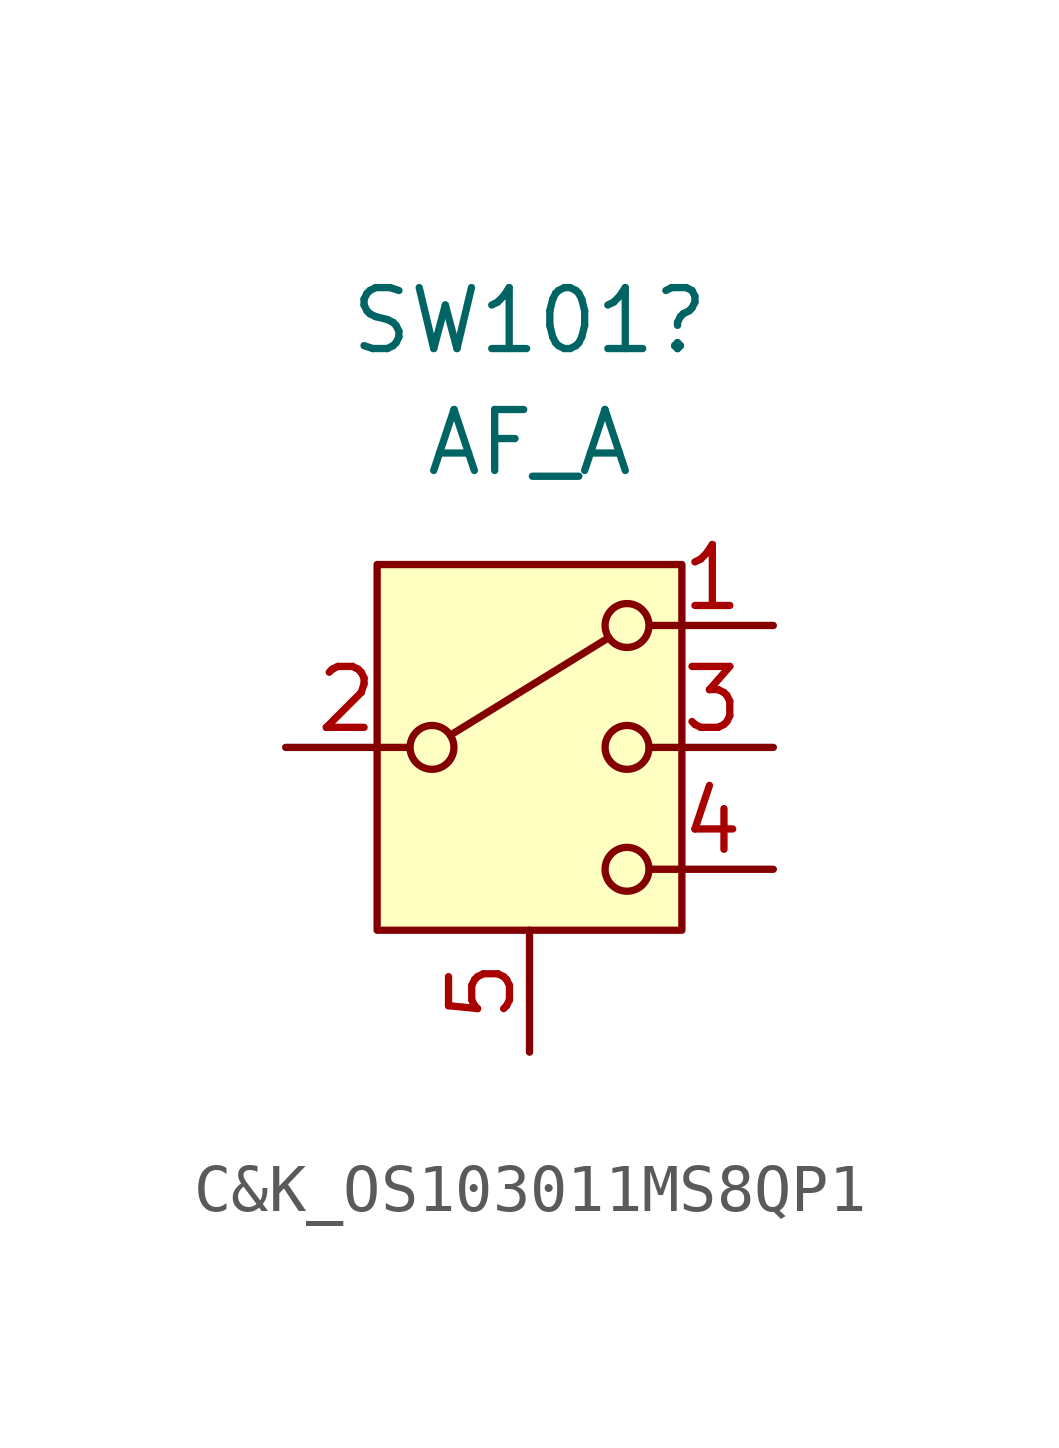
<source format=kicad_sym>
(kicad_symbol_lib
  (version 20220914)
  (generator kicad_symbol_editor)
  (symbol "C&K_OS103011MS8QP1"
    (pin_names
      (offset 0) hide)
    (property "Reference" "SW101"
      (at 0 8.89 0)
      (effects (font (size 1.27 1.27))))
    (property "Value" "AF_A"
      (at 0 6.35 0)
      (effects (font (size 1.27 1.27))))
    (symbol "C&K_OS103011MS8QP1_0_1"
      (circle (center -2.032 0) (radius 0.457) (stroke (width 0) (type default)) (fill (type none)))
      (polyline (pts (xy -1.651 0.254) (xy 1.651 2.286)) (stroke (width 0) (type default)) (fill (type none)))
      (circle (center 2.032 -2.54) (radius 0.457) (stroke (width 0) (type default)) (fill (type none)))
      (circle (center 2.032 0) (radius 0.457) (stroke (width 0) (type default)) (fill (type none)))
      (circle (center 2.032 2.54) (radius 0.457) (stroke (width 0) (type default)) (fill (type none))))
    (symbol "C&K_OS103011MS8QP1_1_1"
      (rectangle (start -3.175 3.81) (end 3.175 -3.81) (stroke (width 0) (type default)) (fill (type background)))
      (pin passive line (at 5.08 2.54 180) (length 2.54) (name "1" (effects (font (size 1.27 1.27)))) (number "1" (effects (font (size 1.27 1.27)))))
      (pin passive line (at -5.08 0 0) (length 2.54) (name "2" (effects (font (size 1.27 1.27)))) (number "2" (effects (font (size 1.27 1.27)))))
      (pin passive line (at 5.08 0 180) (length 2.54) (name "3" (effects (font (size 1.27 1.27)))) (number "3" (effects (font (size 1.27 1.27)))))
      (pin passive line (at 5.08 -2.54 180) (length 2.54) (name "4" (effects (font (size 1.27 1.27)))) (number "4" (effects (font (size 1.27 1.27)))))
      (pin passive line (at 0 -6.35 90) (length 2.54) (name "Shell" (effects (font (size 1.27 1.27)))) (number "5" (effects (font (size 1.27 1.27))))))))
</source>
